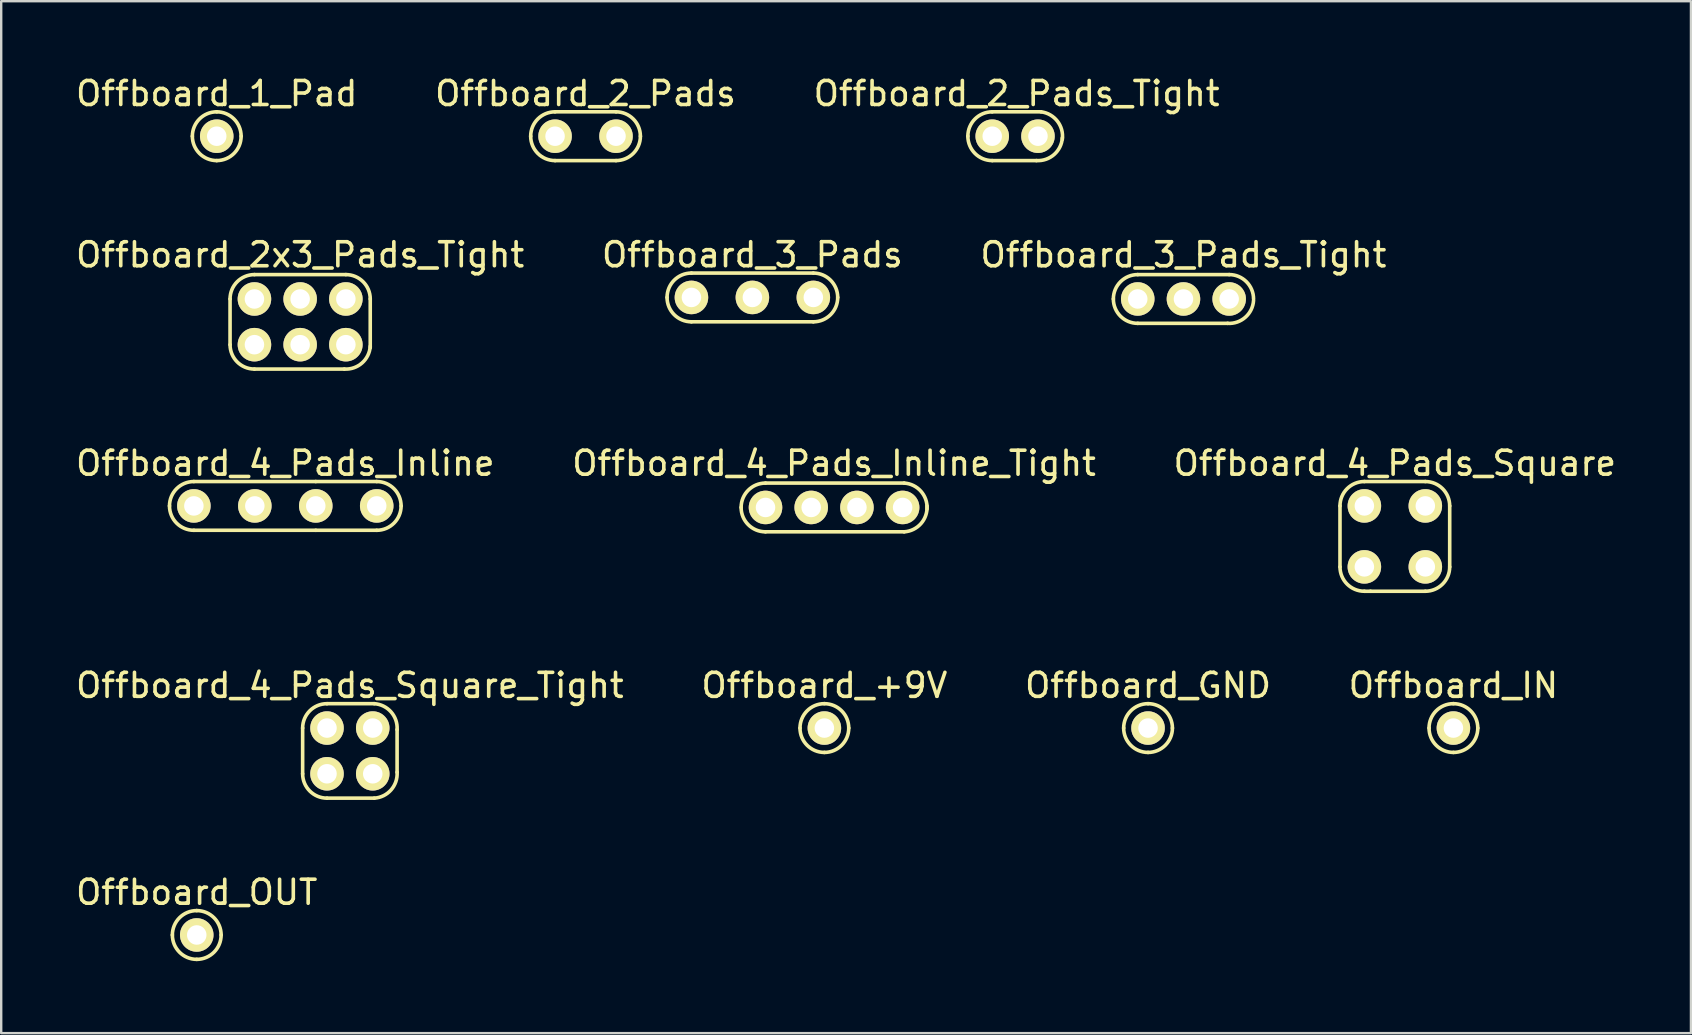
<source format=kicad_pcb>
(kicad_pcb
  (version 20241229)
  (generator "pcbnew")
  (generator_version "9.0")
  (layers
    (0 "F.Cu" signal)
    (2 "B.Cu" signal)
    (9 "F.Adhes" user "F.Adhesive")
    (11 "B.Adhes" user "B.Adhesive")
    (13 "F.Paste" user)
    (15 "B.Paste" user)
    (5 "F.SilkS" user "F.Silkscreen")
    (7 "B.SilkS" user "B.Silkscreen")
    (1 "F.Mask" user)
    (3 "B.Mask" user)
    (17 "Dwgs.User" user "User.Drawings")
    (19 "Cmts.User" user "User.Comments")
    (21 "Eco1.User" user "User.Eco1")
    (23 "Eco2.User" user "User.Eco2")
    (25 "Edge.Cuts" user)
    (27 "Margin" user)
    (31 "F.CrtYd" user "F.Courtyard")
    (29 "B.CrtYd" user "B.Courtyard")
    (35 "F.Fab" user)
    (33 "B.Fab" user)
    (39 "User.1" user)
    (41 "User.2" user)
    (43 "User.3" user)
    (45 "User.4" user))
  (footprint "Offboard_4_Pads_Inline"
    (layer "F.Cu")
    (at 6.299 18.033)
    (property "Reference" "Offboard_4_Pads_Inline" (at 2.54 -1.778 0) (layer "F.SilkS") (effects (font (size 1 1) (thickness 0.15))))
    (attr through_hole)
    (fp_line (start -1.27 1.016) (end 3.81 1.016) (stroke (width 0.15) (type solid)) (layer "F.SilkS"))
    (fp_line (start 3.81 -1.016) (end -1.27 -1.016) (stroke (width 0.15) (type solid)) (layer "F.SilkS"))
    (fp_line (start 6.35 -1.016) (end 3.81 -1.016) (stroke (width 0.15) (type solid)) (layer "F.SilkS"))
    (fp_line (start 6.35 1.016) (end 3.81 1.016) (stroke (width 0.15) (type solid)) (layer "F.SilkS"))
    (fp_arc (start -2.286 0) (mid -1.98842 -0.71842) (end -1.27 -1.016) (stroke (width 0.15) (type solid)) (layer "F.SilkS"))
    (fp_arc (start -1.27 1.016) (mid -1.98842 0.71842) (end -2.286 0) (stroke (width 0.15) (type solid)) (layer "F.SilkS"))
    (fp_arc (start 6.35 -1.016) (mid 7.06842 -0.71842) (end 7.366 0) (stroke (width 0.15) (type solid)) (layer "F.SilkS"))
    (fp_arc (start 7.366 0) (mid 7.06842 0.71842) (end 6.35 1.016) (stroke (width 0.15) (type solid)) (layer "F.SilkS"))
    (pad "1" thru_hole circle (at -1.27 0) (size 1.397 1.397) (drill 0.813) (layers "*.Cu" "*.Mask" "F.SilkS"))
    (pad "2" thru_hole circle (at 1.27 0) (size 1.397 1.397) (drill 0.813) (layers "*.Cu" "*.Mask" "F.SilkS"))
    (pad "3" thru_hole circle (at 3.81 0) (size 1.397 1.397) (drill 0.813) (layers "*.Cu" "*.Mask" "F.SilkS"))
    (pad "4" thru_hole circle (at 6.35 0) (size 1.397 1.397) (drill 0.813) (layers "*.Cu" "*.Mask" "F.SilkS")))
  (footprint "Offboard_2_Pads"
    (layer "F.Cu")
    (at 21.351 2.626)
    (property "Reference" "Offboard_2_Pads" (at 0 -1.778 0) (layer "F.SilkS") (effects (font (size 1 1) (thickness 0.15))))
    (attr through_hole)
    (fp_line (start 1.27 -1.016) (end -1.27 -1.016) (stroke (width 0.15) (type solid)) (layer "F.SilkS"))
    (fp_line (start 1.27 1.016) (end -1.27 1.016) (stroke (width 0.15) (type solid)) (layer "F.SilkS"))
    (fp_arc (start -2.286 0) (mid -1.98842 -0.71842) (end -1.27 -1.016) (stroke (width 0.15) (type solid)) (layer "F.SilkS"))
    (fp_arc (start -1.27 1.016) (mid -1.98842 0.71842) (end -2.286 0) (stroke (width 0.15) (type solid)) (layer "F.SilkS"))
    (fp_arc (start 1.27 -1.016) (mid 1.98842 -0.71842) (end 2.286 0) (stroke (width 0.15) (type solid)) (layer "F.SilkS"))
    (fp_arc (start 2.286 0) (mid 1.98842 0.71842) (end 1.27 1.016) (stroke (width 0.15) (type solid)) (layer "F.SilkS"))
    (pad "1" thru_hole circle (at -1.27 0) (size 1.397 1.397) (drill 0.813) (layers "*.Cu" "*.Mask" "F.SilkS"))
    (pad "2" thru_hole circle (at 1.27 0) (size 1.397 1.397) (drill 0.813) (layers "*.Cu" "*.Mask" "F.SilkS")))
  (footprint "Offboard_3_Pads_Tight"
    (layer "F.Cu")
    (at 46.268 9.409)
    (property "Reference" "Offboard_3_Pads_Tight" (at 0 -1.841 0) (layer "F.SilkS") (effects (font (size 1 1) (thickness 0.15))))
    (attr through_hole)
    (fp_line (start -1.905 1.016) (end 1.841 1.016) (stroke (width 0.15) (type solid)) (layer "F.SilkS"))
    (fp_line (start 1.905 -1.016) (end -1.905 -1.016) (stroke (width 0.15) (type solid)) (layer "F.SilkS"))
    (fp_arc (start -2.921 0) (mid -2.62342 -0.71842) (end -1.905 -1.016) (stroke (width 0.15) (type solid)) (layer "F.SilkS"))
    (fp_arc (start -1.905 1.016) (mid -2.62342 0.71842) (end -2.921 0) (stroke (width 0.15) (type solid)) (layer "F.SilkS"))
    (fp_arc (start 1.905 -1.016) (mid 2.62342 -0.71842) (end 2.921 0) (stroke (width 0.15) (type solid)) (layer "F.SilkS"))
    (fp_arc (start 2.921 0.0635) (mid 2.578519 0.763322) (end 1.8415 1.016) (stroke (width 0.15) (type solid)) (layer "F.SilkS"))
    (pad "1" thru_hole circle (at -1.905 0) (size 1.397 1.397) (drill 0.813) (layers "*.Cu" "*.Mask" "F.SilkS"))
    (pad "2" thru_hole circle (at 0 0) (size 1.397 1.397) (drill 0.813) (layers "*.Cu" "*.Mask" "F.SilkS"))
    (pad "3" thru_hole circle (at 1.905 0) (size 1.397 1.397) (drill 0.813) (layers "*.Cu" "*.Mask" "F.SilkS")))
  (footprint "Offboard_4_Pads_Square_Tight"
    (layer "F.Cu")
    (at 11.53 28.243)
    (property "Reference" "Offboard_4_Pads_Square_Tight" (at 0 -2.731 0) (layer "F.SilkS") (effects (font (size 1 1) (thickness 0.15))))
    (attr through_hole)
    (fp_line (start -1.968 -0.953) (end -1.968 0.953) (stroke (width 0.15) (type solid)) (layer "F.SilkS"))
    (fp_line (start -0.953 -1.968) (end 1.016 -1.968) (stroke (width 0.15) (type solid)) (layer "F.SilkS"))
    (fp_line (start -0.953 1.968) (end 1.016 1.968) (stroke (width 0.15) (type solid)) (layer "F.SilkS"))
    (fp_line (start 1.968 0.889) (end 1.968 -0.889) (stroke (width 0.15) (type solid)) (layer "F.SilkS"))
    (fp_arc (start -1.9685 -0.9525) (mid -1.67092 -1.67092) (end -0.9525 -1.9685) (stroke (width 0.15) (type solid)) (layer "F.SilkS"))
    (fp_arc (start -0.9525 1.9685) (mid -1.67092 1.67092) (end -1.9685 0.9525) (stroke (width 0.15) (type solid)) (layer "F.SilkS"))
    (fp_arc (start 1.016 -1.9685) (mid 1.715822 -1.626019) (end 1.9685 -0.889) (stroke (width 0.15) (type solid)) (layer "F.SilkS"))
    (fp_arc (start 1.9685 0.889) (mid 1.715822 1.626019) (end 1.016 1.9685) (stroke (width 0.15) (type solid)) (layer "F.SilkS"))
    (pad "1" thru_hole circle (at -0.953 -0.953) (size 1.397 1.397) (drill 0.813) (layers "*.Cu" "*.Mask" "F.SilkS"))
    (pad "2" thru_hole circle (at 0.953 -0.953) (size 1.397 1.397) (drill 0.813) (layers "*.Cu" "*.Mask" "F.SilkS"))
    (pad "3" thru_hole circle (at -0.953 0.953) (size 1.397 1.397) (drill 0.813) (layers "*.Cu" "*.Mask" "F.SilkS"))
    (pad "4" thru_hole circle (at 0.953 0.953) (size 1.397 1.397) (drill 0.813) (layers "*.Cu" "*.Mask" "F.SilkS")))
  (footprint "Offboard_GND"
    (layer "F.Cu")
    (at 46.062 27.29)
    (property "Reference" "Offboard_GND" (at -1.27 -1.778 0) (layer "F.SilkS") (effects (font (size 1 1) (thickness 0.15))))
    (attr through_hole)
    (fp_arc (start -2.286 0) (mid -1.98842 -0.71842) (end -1.27 -1.016) (stroke (width 0.15) (type solid)) (layer "F.SilkS"))
    (fp_arc (start -1.27 -1.016) (mid -0.55158 -0.71842) (end -0.254 0) (stroke (width 0.15) (type solid)) (layer "F.SilkS"))
    (fp_arc (start -1.27 1.016) (mid -1.98842 0.71842) (end -2.286 0) (stroke (width 0.15) (type solid)) (layer "F.SilkS"))
    (fp_arc (start -0.254 0) (mid -0.55158 0.71842) (end -1.27 1.016) (stroke (width 0.15) (type solid)) (layer "F.SilkS"))
    (pad "1" thru_hole circle (at -1.27 0) (size 1.397 1.397) (drill 0.813) (layers "*.Cu" "*.Mask" "F.SilkS")))
  (footprint "Offboard_2x3_Pads_Tight"
    (layer "F.Cu")
    (at 9.458 9.409)
    (property "Reference" "Offboard_2x3_Pads_Tight" (at 0 -1.841 0) (layer "F.SilkS") (effects (font (size 1 1) (thickness 0.15))))
    (attr through_hole)
    (fp_line (start -2.921 0) (end -2.921 1.905) (stroke (width 0.15) (type solid)) (layer "F.SilkS"))
    (fp_line (start -1.905 2.921) (end 1.841 2.921) (stroke (width 0.15) (type solid)) (layer "F.SilkS"))
    (fp_line (start 1.905 -1.016) (end -1.905 -1.016) (stroke (width 0.15) (type solid)) (layer "F.SilkS"))
    (fp_line (start 2.921 0) (end 2.921 2.032) (stroke (width 0.15) (type solid)) (layer "F.SilkS"))
    (fp_arc (start -2.921 0) (mid -2.62342 -0.71842) (end -1.905 -1.016) (stroke (width 0.15) (type solid)) (layer "F.SilkS"))
    (fp_arc (start -1.905 2.921) (mid -2.62342 2.62342) (end -2.921 1.905) (stroke (width 0.15) (type solid)) (layer "F.SilkS"))
    (fp_arc (start 1.905 -1.016) (mid 2.62342 -0.71842) (end 2.921 0) (stroke (width 0.15) (type solid)) (layer "F.SilkS"))
    (fp_arc (start 2.921 1.9685) (mid 2.578519 2.668322) (end 1.8415 2.921) (stroke (width 0.15) (type solid)) (layer "F.SilkS"))
    (pad "1" thru_hole circle (at -1.905 0) (size 1.397 1.397) (drill 0.813) (layers "*.Cu" "*.Mask" "F.SilkS"))
    (pad "2" thru_hole circle (at 0 0) (size 1.397 1.397) (drill 0.813) (layers "*.Cu" "*.Mask" "F.SilkS"))
    (pad "3" thru_hole circle (at 1.905 0) (size 1.397 1.397) (drill 0.813) (layers "*.Cu" "*.Mask" "F.SilkS"))
    (pad "4" thru_hole circle (at -1.905 1.905) (size 1.397 1.397) (drill 0.813) (layers "*.Cu" "*.Mask" "F.SilkS"))
    (pad "5" thru_hole circle (at 0 1.905) (size 1.397 1.397) (drill 0.813) (layers "*.Cu" "*.Mask" "F.SilkS"))
    (pad "6" thru_hole circle (at 1.905 1.905) (size 1.397 1.397) (drill 0.813) (layers "*.Cu" "*.Mask" "F.SilkS")))
  (footprint "Offboard_4_Pads_Square"
    (layer "F.Cu")
    (at 55.077 18.033)
    (property "Reference" "Offboard_4_Pads_Square" (at 0 -1.778 0) (layer "F.SilkS") (effects (font (size 1 1) (thickness 0.15))))
    (attr through_hole)
    (fp_line (start -2.286 0) (end -2.286 2.54) (stroke (width 0.15) (type solid)) (layer "F.SilkS"))
    (fp_line (start -1.016 3.556) (end -1.27 3.556) (stroke (width 0.15) (type solid)) (layer "F.SilkS"))
    (fp_line (start 1.27 -1.016) (end -1.27 -1.016) (stroke (width 0.15) (type solid)) (layer "F.SilkS"))
    (fp_line (start 1.27 3.556) (end -1.016 3.556) (stroke (width 0.15) (type solid)) (layer "F.SilkS"))
    (fp_line (start 2.286 0) (end 2.286 2.54) (stroke (width 0.15) (type solid)) (layer "F.SilkS"))
    (fp_arc (start -2.286 0) (mid -1.98842 -0.71842) (end -1.27 -1.016) (stroke (width 0.15) (type solid)) (layer "F.SilkS"))
    (fp_arc (start -1.27 3.556) (mid -1.98842 3.25842) (end -2.286 2.54) (stroke (width 0.15) (type solid)) (layer "F.SilkS"))
    (fp_arc (start 1.27 -1.016) (mid 1.98842 -0.71842) (end 2.286 0) (stroke (width 0.15) (type solid)) (layer "F.SilkS"))
    (fp_arc (start 2.286 2.54) (mid 1.98842 3.25842) (end 1.27 3.556) (stroke (width 0.15) (type solid)) (layer "F.SilkS"))
    (pad "1" thru_hole circle (at -1.27 0) (size 1.397 1.397) (drill 0.813) (layers "*.Cu" "*.Mask" "F.SilkS"))
    (pad "2" thru_hole circle (at 1.27 0) (size 1.397 1.397) (drill 0.813) (layers "*.Cu" "*.Mask" "F.SilkS"))
    (pad "3" thru_hole circle (at -1.27 2.54) (size 1.397 1.397) (drill 0.813) (layers "*.Cu" "*.Mask" "F.SilkS"))
    (pad "4" thru_hole circle (at 1.27 2.54) (size 1.397 1.397) (drill 0.813) (layers "*.Cu" "*.Mask" "F.SilkS")))
  (footprint "Offboard_IN"
    (layer "F.Cu")
    (at 58.788 27.29)
    (property "Reference" "Offboard_IN" (at -1.27 -1.778 0) (layer "F.SilkS") (effects (font (size 1 1) (thickness 0.15))))
    (attr through_hole)
    (fp_arc (start -2.286 0) (mid -1.98842 -0.71842) (end -1.27 -1.016) (stroke (width 0.15) (type solid)) (layer "F.SilkS"))
    (fp_arc (start -1.27 -1.016) (mid -0.55158 -0.71842) (end -0.254 0) (stroke (width 0.15) (type solid)) (layer "F.SilkS"))
    (fp_arc (start -1.27 1.016) (mid -1.98842 0.71842) (end -2.286 0) (stroke (width 0.15) (type solid)) (layer "F.SilkS"))
    (fp_arc (start -0.254 0) (mid -0.55158 0.71842) (end -1.27 1.016) (stroke (width 0.15) (type solid)) (layer "F.SilkS"))
    (pad "1" thru_hole circle (at -1.27 0) (size 1.397 1.397) (drill 0.813) (layers "*.Cu" "*.Mask" "F.SilkS")))
  (footprint "Offboard_OUT"
    (layer "F.Cu")
    (at 6.419 35.913)
    (property "Reference" "Offboard_OUT" (at -1.27 -1.778 0) (layer "F.SilkS") (effects (font (size 1 1) (thickness 0.15))))
    (attr through_hole)
    (fp_arc (start -2.286 0) (mid -1.98842 -0.71842) (end -1.27 -1.016) (stroke (width 0.15) (type solid)) (layer "F.SilkS"))
    (fp_arc (start -1.27 -1.016) (mid -0.55158 -0.71842) (end -0.254 0) (stroke (width 0.15) (type solid)) (layer "F.SilkS"))
    (fp_arc (start -1.27 1.016) (mid -1.98842 0.71842) (end -2.286 0) (stroke (width 0.15) (type solid)) (layer "F.SilkS"))
    (fp_arc (start -0.254 0) (mid -0.55158 0.71842) (end -1.27 1.016) (stroke (width 0.15) (type solid)) (layer "F.SilkS"))
    (pad "1" thru_hole circle (at -1.27 0) (size 1.397 1.397) (drill 0.813) (layers "*.Cu" "*.Mask" "F.SilkS")))
  (footprint "Offboard_2_Pads_Tight"
    (layer "F.Cu")
    (at 39.252 2.626)
    (property "Reference" "Offboard_2_Pads_Tight" (at 0.064 -1.778 0) (layer "F.SilkS") (effects (font (size 1 1) (thickness 0.15))))
    (attr through_hole)
    (fp_line (start -0.953 1.016) (end 0.889 1.016) (stroke (width 0.15) (type solid)) (layer "F.SilkS"))
    (fp_line (start 1.079 -1.016) (end -0.953 -1.016) (stroke (width 0.15) (type solid)) (layer "F.SilkS"))
    (fp_arc (start -1.9685 0) (mid -1.67092 -0.71842) (end -0.9525 -1.016) (stroke (width 0.15) (type solid)) (layer "F.SilkS"))
    (fp_arc (start -0.9525 1.016) (mid -1.67092 0.71842) (end -1.9685 0) (stroke (width 0.15) (type solid)) (layer "F.SilkS"))
    (fp_arc (start 1.0795 -1.016) (mid 1.760723 -0.628618) (end 1.9685 0.127) (stroke (width 0.15) (type solid)) (layer "F.SilkS"))
    (fp_arc (start 1.9685 0.0635) (mid 1.626019 0.763322) (end 0.889 1.016) (stroke (width 0.15) (type solid)) (layer "F.SilkS"))
    (pad "1" thru_hole circle (at -0.953 0) (size 1.397 1.397) (drill 0.813) (layers "*.Cu" "*.Mask" "F.SilkS"))
    (pad "2" thru_hole circle (at 0.953 0) (size 1.397 1.397) (drill 0.813) (layers "*.Cu" "*.Mask" "F.SilkS")))
  (footprint "Offboard_1_Pad"
    (layer "F.Cu")
    (at 7.252 2.626)
    (property "Reference" "Offboard_1_Pad" (at -1.27 -1.778 0) (layer "F.SilkS") (effects (font (size 1 1) (thickness 0.15))))
    (attr through_hole)
    (fp_arc (start -2.286 0) (mid -1.98842 -0.71842) (end -1.27 -1.016) (stroke (width 0.15) (type solid)) (layer "F.SilkS"))
    (fp_arc (start -1.27 -1.016) (mid -0.55158 -0.71842) (end -0.254 0) (stroke (width 0.15) (type solid)) (layer "F.SilkS"))
    (fp_arc (start -1.27 1.016) (mid -1.98842 0.71842) (end -2.286 0) (stroke (width 0.15) (type solid)) (layer "F.SilkS"))
    (fp_arc (start -0.254 0) (mid -0.55158 0.71842) (end -1.27 1.016) (stroke (width 0.15) (type solid)) (layer "F.SilkS"))
    (pad "1" thru_hole circle (at -1.27 0) (size 1.397 1.397) (drill 0.813) (layers "*.Cu" "*.Mask" "F.SilkS")))
  (footprint "Offboard_4_Pads_Inline_Tight"
    (layer "F.Cu")
    (at 31.708 18.097)
    (property "Reference" "Offboard_4_Pads_Inline_Tight" (at 0 -1.841 0) (layer "F.SilkS") (effects (font (size 1 1) (thickness 0.15))))
    (attr through_hole)
    (fp_line (start -2.857 1.016) (end 2.921 1.016) (stroke (width 0.15) (type solid)) (layer "F.SilkS"))
    (fp_line (start 2.921 -1.016) (end -2.857 -1.016) (stroke (width 0.15) (type solid)) (layer "F.SilkS"))
    (fp_arc (start -3.8735 0) (mid -3.57592 -0.71842) (end -2.8575 -1.016) (stroke (width 0.15) (type solid)) (layer "F.SilkS"))
    (fp_arc (start -2.8575 1.016) (mid -3.57592 0.71842) (end -3.8735 0) (stroke (width 0.15) (type solid)) (layer "F.SilkS"))
    (fp_arc (start 2.921 -1.016) (mid 3.620822 -0.673519) (end 3.8735 0.0635) (stroke (width 0.15) (type solid)) (layer "F.SilkS"))
    (fp_arc (start 3.8735 -0.0635) (mid 3.620822 0.673519) (end 2.921 1.016) (stroke (width 0.15) (type solid)) (layer "F.SilkS"))
    (pad "1" thru_hole circle (at -2.857 0) (size 1.397 1.397) (drill 0.813) (layers "*.Cu" "*.Mask" "F.SilkS"))
    (pad "2" thru_hole circle (at -0.953 0) (size 1.397 1.397) (drill 0.813) (layers "*.Cu" "*.Mask" "F.SilkS"))
    (pad "3" thru_hole circle (at 0.953 0) (size 1.397 1.397) (drill 0.813) (layers "*.Cu" "*.Mask" "F.SilkS"))
    (pad "4" thru_hole circle (at 2.857 0) (size 1.397 1.397) (drill 0.813) (layers "*.Cu" "*.Mask" "F.SilkS")))
  (footprint "Offboard_+9V"
    (layer "F.Cu")
    (at 32.574 27.29)
    (property "Reference" "Offboard_+9V" (at -1.27 -1.778 0) (layer "F.SilkS") (effects (font (size 1 1) (thickness 0.15))))
    (attr through_hole)
    (fp_arc (start -2.286 0) (mid -1.98842 -0.71842) (end -1.27 -1.016) (stroke (width 0.15) (type solid)) (layer "F.SilkS"))
    (fp_arc (start -1.27 -1.016) (mid -0.55158 -0.71842) (end -0.254 0) (stroke (width 0.15) (type solid)) (layer "F.SilkS"))
    (fp_arc (start -1.27 1.016) (mid -1.98842 0.71842) (end -2.286 0) (stroke (width 0.15) (type solid)) (layer "F.SilkS"))
    (fp_arc (start -0.254 0) (mid -0.55158 0.71842) (end -1.27 1.016) (stroke (width 0.15) (type solid)) (layer "F.SilkS"))
    (pad "1" thru_hole circle (at -1.27 0) (size 1.397 1.397) (drill 0.813) (layers "*.Cu" "*.Mask" "F.SilkS")))
  (footprint "Offboard_3_Pads"
    (layer "F.Cu")
    (at 27.034 9.345)
    (property "Reference" "Offboard_3_Pads" (at 1.27 -1.778 0) (layer "F.SilkS") (effects (font (size 1 1) (thickness 0.15))))
    (attr through_hole)
    (fp_line (start -1.27 1.016) (end 3.81 1.016) (stroke (width 0.15) (type solid)) (layer "F.SilkS"))
    (fp_line (start 3.81 -1.016) (end -1.27 -1.016) (stroke (width 0.15) (type solid)) (layer "F.SilkS"))
    (fp_arc (start -2.286 0) (mid -1.98842 -0.71842) (end -1.27 -1.016) (stroke (width 0.15) (type solid)) (layer "F.SilkS"))
    (fp_arc (start -1.27 1.016) (mid -1.98842 0.71842) (end -2.286 0) (stroke (width 0.15) (type solid)) (layer "F.SilkS"))
    (fp_arc (start 3.81 -1.016) (mid 4.52842 -0.71842) (end 4.826 0) (stroke (width 0.15) (type solid)) (layer "F.SilkS"))
    (fp_arc (start 4.826 0) (mid 4.52842 0.71842) (end 3.81 1.016) (stroke (width 0.15) (type solid)) (layer "F.SilkS"))
    (pad "1" thru_hole circle (at -1.27 0) (size 1.397 1.397) (drill 0.813) (layers "*.Cu" "*.Mask" "F.SilkS"))
    (pad "2" thru_hole circle (at 1.27 0) (size 1.397 1.397) (drill 0.813) (layers "*.Cu" "*.Mask" "F.SilkS"))
    (pad "3" thru_hole circle (at 3.81 0) (size 1.397 1.397) (drill 0.813) (layers "*.Cu" "*.Mask" "F.SilkS")))
  (gr_rect
    (start -3 -3)
    (end 67.417 40.004)
    (stroke (width 0.1) (type default))
    (fill no)
    (layer "Edge.Cuts")))
</source>
